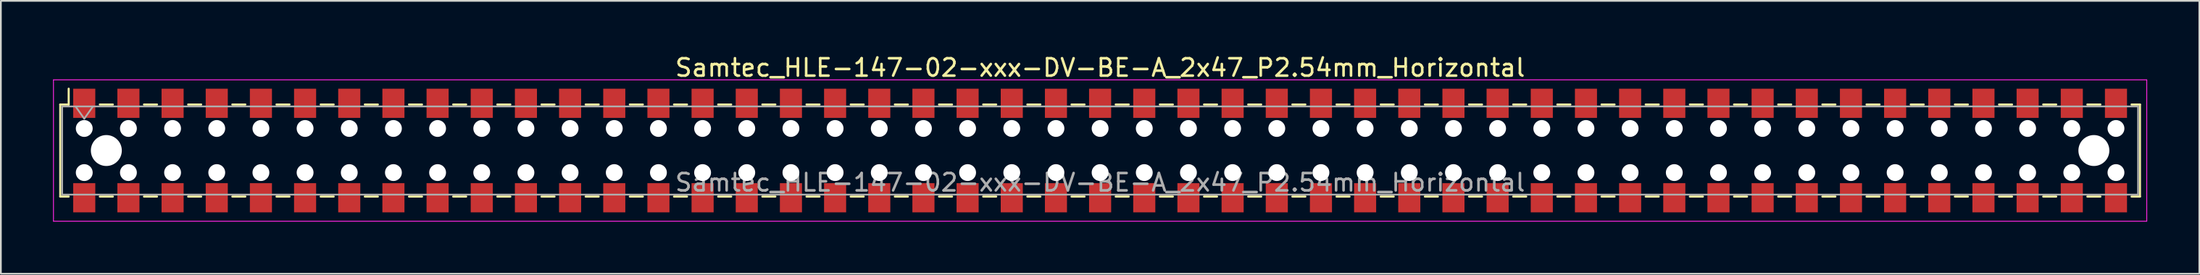
<source format=kicad_pcb>
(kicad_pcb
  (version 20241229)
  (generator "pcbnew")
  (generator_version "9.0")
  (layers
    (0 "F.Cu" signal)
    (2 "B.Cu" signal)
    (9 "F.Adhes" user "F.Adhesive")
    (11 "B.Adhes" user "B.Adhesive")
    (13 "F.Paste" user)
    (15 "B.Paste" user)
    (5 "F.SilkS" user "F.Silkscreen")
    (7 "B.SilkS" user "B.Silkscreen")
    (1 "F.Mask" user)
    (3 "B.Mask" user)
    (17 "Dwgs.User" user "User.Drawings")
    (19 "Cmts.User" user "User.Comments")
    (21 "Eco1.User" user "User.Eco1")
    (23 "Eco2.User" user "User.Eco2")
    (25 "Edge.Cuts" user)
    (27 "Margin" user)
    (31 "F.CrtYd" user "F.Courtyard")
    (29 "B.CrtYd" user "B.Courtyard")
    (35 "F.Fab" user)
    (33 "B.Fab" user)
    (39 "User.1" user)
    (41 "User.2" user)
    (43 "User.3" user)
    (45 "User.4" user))
  (footprint "Samtec_HLE-147-02-xxx-DV-BE-A_2x47_P2.54mm_Horizontal"
    (layer "F.Cu")
    (at 60.215 5.618)
    (property "Reference" "Samtec_HLE-147-02-xxx-DV-BE-A_2x47_P2.54mm_Horizontal" (at 0 -4.77 0) (layer "F.SilkS") (effects (font (size 1 1) (thickness 0.15))))
    (attr smd)
    (fp_line (start -59.8 -2.65) (end -59.8 2.65) (stroke (width 0.12) (type solid)) (layer "F.SilkS"))
    (fp_line (start -59.8 2.65) (end -59.315 2.65) (stroke (width 0.12) (type solid)) (layer "F.SilkS"))
    (fp_line (start -59.315 -3.56) (end -59.315 -2.65) (stroke (width 0.12) (type solid)) (layer "F.SilkS"))
    (fp_line (start -59.315 -2.65) (end -59.8 -2.65) (stroke (width 0.12) (type solid)) (layer "F.SilkS"))
    (fp_line (start -57.525 -2.65) (end -56.775 -2.65) (stroke (width 0.12) (type solid)) (layer "F.SilkS"))
    (fp_line (start -57.525 2.65) (end -56.775 2.65) (stroke (width 0.12) (type solid)) (layer "F.SilkS"))
    (fp_line (start -54.985 -2.65) (end -54.235 -2.65) (stroke (width 0.12) (type solid)) (layer "F.SilkS"))
    (fp_line (start -54.985 2.65) (end -54.235 2.65) (stroke (width 0.12) (type solid)) (layer "F.SilkS"))
    (fp_line (start -52.445 -2.65) (end -51.695 -2.65) (stroke (width 0.12) (type solid)) (layer "F.SilkS"))
    (fp_line (start -52.445 2.65) (end -51.695 2.65) (stroke (width 0.12) (type solid)) (layer "F.SilkS"))
    (fp_line (start -49.905 -2.65) (end -49.155 -2.65) (stroke (width 0.12) (type solid)) (layer "F.SilkS"))
    (fp_line (start -49.905 2.65) (end -49.155 2.65) (stroke (width 0.12) (type solid)) (layer "F.SilkS"))
    (fp_line (start -47.365 -2.65) (end -46.615 -2.65) (stroke (width 0.12) (type solid)) (layer "F.SilkS"))
    (fp_line (start -47.365 2.65) (end -46.615 2.65) (stroke (width 0.12) (type solid)) (layer "F.SilkS"))
    (fp_line (start -44.825 -2.65) (end -44.075 -2.65) (stroke (width 0.12) (type solid)) (layer "F.SilkS"))
    (fp_line (start -44.825 2.65) (end -44.075 2.65) (stroke (width 0.12) (type solid)) (layer "F.SilkS"))
    (fp_line (start -42.285 -2.65) (end -41.535 -2.65) (stroke (width 0.12) (type solid)) (layer "F.SilkS"))
    (fp_line (start -42.285 2.65) (end -41.535 2.65) (stroke (width 0.12) (type solid)) (layer "F.SilkS"))
    (fp_line (start -39.745 -2.65) (end -38.995 -2.65) (stroke (width 0.12) (type solid)) (layer "F.SilkS"))
    (fp_line (start -39.745 2.65) (end -38.995 2.65) (stroke (width 0.12) (type solid)) (layer "F.SilkS"))
    (fp_line (start -37.205 -2.65) (end -36.455 -2.65) (stroke (width 0.12) (type solid)) (layer "F.SilkS"))
    (fp_line (start -37.205 2.65) (end -36.455 2.65) (stroke (width 0.12) (type solid)) (layer "F.SilkS"))
    (fp_line (start -34.665 -2.65) (end -33.915 -2.65) (stroke (width 0.12) (type solid)) (layer "F.SilkS"))
    (fp_line (start -34.665 2.65) (end -33.915 2.65) (stroke (width 0.12) (type solid)) (layer "F.SilkS"))
    (fp_line (start -32.125 -2.65) (end -31.375 -2.65) (stroke (width 0.12) (type solid)) (layer "F.SilkS"))
    (fp_line (start -32.125 2.65) (end -31.375 2.65) (stroke (width 0.12) (type solid)) (layer "F.SilkS"))
    (fp_line (start -29.585 -2.65) (end -28.835 -2.65) (stroke (width 0.12) (type solid)) (layer "F.SilkS"))
    (fp_line (start -29.585 2.65) (end -28.835 2.65) (stroke (width 0.12) (type solid)) (layer "F.SilkS"))
    (fp_line (start -27.045 -2.65) (end -26.295 -2.65) (stroke (width 0.12) (type solid)) (layer "F.SilkS"))
    (fp_line (start -27.045 2.65) (end -26.295 2.65) (stroke (width 0.12) (type solid)) (layer "F.SilkS"))
    (fp_line (start -24.505 -2.65) (end -23.755 -2.65) (stroke (width 0.12) (type solid)) (layer "F.SilkS"))
    (fp_line (start -24.505 2.65) (end -23.755 2.65) (stroke (width 0.12) (type solid)) (layer "F.SilkS"))
    (fp_line (start -21.965 -2.65) (end -21.215 -2.65) (stroke (width 0.12) (type solid)) (layer "F.SilkS"))
    (fp_line (start -21.965 2.65) (end -21.215 2.65) (stroke (width 0.12) (type solid)) (layer "F.SilkS"))
    (fp_line (start -19.425 -2.65) (end -18.675 -2.65) (stroke (width 0.12) (type solid)) (layer "F.SilkS"))
    (fp_line (start -19.425 2.65) (end -18.675 2.65) (stroke (width 0.12) (type solid)) (layer "F.SilkS"))
    (fp_line (start -16.885 -2.65) (end -16.135 -2.65) (stroke (width 0.12) (type solid)) (layer "F.SilkS"))
    (fp_line (start -16.885 2.65) (end -16.135 2.65) (stroke (width 0.12) (type solid)) (layer "F.SilkS"))
    (fp_line (start -14.345 -2.65) (end -13.595 -2.65) (stroke (width 0.12) (type solid)) (layer "F.SilkS"))
    (fp_line (start -14.345 2.65) (end -13.595 2.65) (stroke (width 0.12) (type solid)) (layer "F.SilkS"))
    (fp_line (start -11.805 -2.65) (end -11.055 -2.65) (stroke (width 0.12) (type solid)) (layer "F.SilkS"))
    (fp_line (start -11.805 2.65) (end -11.055 2.65) (stroke (width 0.12) (type solid)) (layer "F.SilkS"))
    (fp_line (start -9.265 -2.65) (end -8.515 -2.65) (stroke (width 0.12) (type solid)) (layer "F.SilkS"))
    (fp_line (start -9.265 2.65) (end -8.515 2.65) (stroke (width 0.12) (type solid)) (layer "F.SilkS"))
    (fp_line (start -6.725 -2.65) (end -5.975 -2.65) (stroke (width 0.12) (type solid)) (layer "F.SilkS"))
    (fp_line (start -6.725 2.65) (end -5.975 2.65) (stroke (width 0.12) (type solid)) (layer "F.SilkS"))
    (fp_line (start -4.185 -2.65) (end -3.435 -2.65) (stroke (width 0.12) (type solid)) (layer "F.SilkS"))
    (fp_line (start -4.185 2.65) (end -3.435 2.65) (stroke (width 0.12) (type solid)) (layer "F.SilkS"))
    (fp_line (start -1.645 -2.65) (end -0.895 -2.65) (stroke (width 0.12) (type solid)) (layer "F.SilkS"))
    (fp_line (start -1.645 2.65) (end -0.895 2.65) (stroke (width 0.12) (type solid)) (layer "F.SilkS"))
    (fp_line (start 0.895 -2.65) (end 1.645 -2.65) (stroke (width 0.12) (type solid)) (layer "F.SilkS"))
    (fp_line (start 0.895 2.65) (end 1.645 2.65) (stroke (width 0.12) (type solid)) (layer "F.SilkS"))
    (fp_line (start 3.435 -2.65) (end 4.185 -2.65) (stroke (width 0.12) (type solid)) (layer "F.SilkS"))
    (fp_line (start 3.435 2.65) (end 4.185 2.65) (stroke (width 0.12) (type solid)) (layer "F.SilkS"))
    (fp_line (start 5.975 -2.65) (end 6.725 -2.65) (stroke (width 0.12) (type solid)) (layer "F.SilkS"))
    (fp_line (start 5.975 2.65) (end 6.725 2.65) (stroke (width 0.12) (type solid)) (layer "F.SilkS"))
    (fp_line (start 8.515 -2.65) (end 9.265 -2.65) (stroke (width 0.12) (type solid)) (layer "F.SilkS"))
    (fp_line (start 8.515 2.65) (end 9.265 2.65) (stroke (width 0.12) (type solid)) (layer "F.SilkS"))
    (fp_line (start 11.055 -2.65) (end 11.805 -2.65) (stroke (width 0.12) (type solid)) (layer "F.SilkS"))
    (fp_line (start 11.055 2.65) (end 11.805 2.65) (stroke (width 0.12) (type solid)) (layer "F.SilkS"))
    (fp_line (start 13.595 -2.65) (end 14.345 -2.65) (stroke (width 0.12) (type solid)) (layer "F.SilkS"))
    (fp_line (start 13.595 2.65) (end 14.345 2.65) (stroke (width 0.12) (type solid)) (layer "F.SilkS"))
    (fp_line (start 16.135 -2.65) (end 16.885 -2.65) (stroke (width 0.12) (type solid)) (layer "F.SilkS"))
    (fp_line (start 16.135 2.65) (end 16.885 2.65) (stroke (width 0.12) (type solid)) (layer "F.SilkS"))
    (fp_line (start 18.675 -2.65) (end 19.425 -2.65) (stroke (width 0.12) (type solid)) (layer "F.SilkS"))
    (fp_line (start 18.675 2.65) (end 19.425 2.65) (stroke (width 0.12) (type solid)) (layer "F.SilkS"))
    (fp_line (start 21.215 -2.65) (end 21.965 -2.65) (stroke (width 0.12) (type solid)) (layer "F.SilkS"))
    (fp_line (start 21.215 2.65) (end 21.965 2.65) (stroke (width 0.12) (type solid)) (layer "F.SilkS"))
    (fp_line (start 23.755 -2.65) (end 24.505 -2.65) (stroke (width 0.12) (type solid)) (layer "F.SilkS"))
    (fp_line (start 23.755 2.65) (end 24.505 2.65) (stroke (width 0.12) (type solid)) (layer "F.SilkS"))
    (fp_line (start 26.295 -2.65) (end 27.045 -2.65) (stroke (width 0.12) (type solid)) (layer "F.SilkS"))
    (fp_line (start 26.295 2.65) (end 27.045 2.65) (stroke (width 0.12) (type solid)) (layer "F.SilkS"))
    (fp_line (start 28.835 -2.65) (end 29.585 -2.65) (stroke (width 0.12) (type solid)) (layer "F.SilkS"))
    (fp_line (start 28.835 2.65) (end 29.585 2.65) (stroke (width 0.12) (type solid)) (layer "F.SilkS"))
    (fp_line (start 31.375 -2.65) (end 32.125 -2.65) (stroke (width 0.12) (type solid)) (layer "F.SilkS"))
    (fp_line (start 31.375 2.65) (end 32.125 2.65) (stroke (width 0.12) (type solid)) (layer "F.SilkS"))
    (fp_line (start 33.915 -2.65) (end 34.665 -2.65) (stroke (width 0.12) (type solid)) (layer "F.SilkS"))
    (fp_line (start 33.915 2.65) (end 34.665 2.65) (stroke (width 0.12) (type solid)) (layer "F.SilkS"))
    (fp_line (start 36.455 -2.65) (end 37.205 -2.65) (stroke (width 0.12) (type solid)) (layer "F.SilkS"))
    (fp_line (start 36.455 2.65) (end 37.205 2.65) (stroke (width 0.12) (type solid)) (layer "F.SilkS"))
    (fp_line (start 38.995 -2.65) (end 39.745 -2.65) (stroke (width 0.12) (type solid)) (layer "F.SilkS"))
    (fp_line (start 38.995 2.65) (end 39.745 2.65) (stroke (width 0.12) (type solid)) (layer "F.SilkS"))
    (fp_line (start 41.535 -2.65) (end 42.285 -2.65) (stroke (width 0.12) (type solid)) (layer "F.SilkS"))
    (fp_line (start 41.535 2.65) (end 42.285 2.65) (stroke (width 0.12) (type solid)) (layer "F.SilkS"))
    (fp_line (start 44.075 -2.65) (end 44.825 -2.65) (stroke (width 0.12) (type solid)) (layer "F.SilkS"))
    (fp_line (start 44.075 2.65) (end 44.825 2.65) (stroke (width 0.12) (type solid)) (layer "F.SilkS"))
    (fp_line (start 46.615 -2.65) (end 47.365 -2.65) (stroke (width 0.12) (type solid)) (layer "F.SilkS"))
    (fp_line (start 46.615 2.65) (end 47.365 2.65) (stroke (width 0.12) (type solid)) (layer "F.SilkS"))
    (fp_line (start 49.155 -2.65) (end 49.905 -2.65) (stroke (width 0.12) (type solid)) (layer "F.SilkS"))
    (fp_line (start 49.155 2.65) (end 49.905 2.65) (stroke (width 0.12) (type solid)) (layer "F.SilkS"))
    (fp_line (start 51.695 -2.65) (end 52.445 -2.65) (stroke (width 0.12) (type solid)) (layer "F.SilkS"))
    (fp_line (start 51.695 2.65) (end 52.445 2.65) (stroke (width 0.12) (type solid)) (layer "F.SilkS"))
    (fp_line (start 54.235 -2.65) (end 54.985 -2.65) (stroke (width 0.12) (type solid)) (layer "F.SilkS"))
    (fp_line (start 54.235 2.65) (end 54.985 2.65) (stroke (width 0.12) (type solid)) (layer "F.SilkS"))
    (fp_line (start 56.775 -2.65) (end 57.525 -2.65) (stroke (width 0.12) (type solid)) (layer "F.SilkS"))
    (fp_line (start 56.775 2.65) (end 57.525 2.65) (stroke (width 0.12) (type solid)) (layer "F.SilkS"))
    (fp_line (start 59.315 -2.65) (end 59.8 -2.65) (stroke (width 0.12) (type solid)) (layer "F.SilkS"))
    (fp_line (start 59.8 -2.65) (end 59.8 2.65) (stroke (width 0.12) (type solid)) (layer "F.SilkS"))
    (fp_line (start 59.8 2.65) (end 59.315 2.65) (stroke (width 0.12) (type solid)) (layer "F.SilkS"))
    (fp_line (start -60.19 -4.07) (end 60.19 -4.07) (stroke (width 0.05) (type solid)) (layer "F.CrtYd"))
    (fp_line (start -60.19 4.07) (end -60.19 -4.07) (stroke (width 0.05) (type solid)) (layer "F.CrtYd"))
    (fp_line (start 60.19 -4.07) (end 60.19 4.07) (stroke (width 0.05) (type solid)) (layer "F.CrtYd"))
    (fp_line (start 60.19 4.07) (end -60.19 4.07) (stroke (width 0.05) (type solid)) (layer "F.CrtYd"))
    (fp_line (start -59.69 -2.54) (end 59.69 -2.54) (stroke (width 0.1) (type solid)) (layer "F.Fab"))
    (fp_line (start -59.69 2.54) (end -59.69 -2.54) (stroke (width 0.1) (type solid)) (layer "F.Fab"))
    (fp_line (start -58.92 -2.54) (end -58.42 -1.833) (stroke (width 0.1) (type solid)) (layer "F.Fab"))
    (fp_line (start -58.42 -1.833) (end -57.92 -2.54) (stroke (width 0.1) (type solid)) (layer "F.Fab"))
    (fp_line (start 59.69 -2.54) (end 59.69 2.54) (stroke (width 0.1) (type solid)) (layer "F.Fab"))
    (fp_line (start 59.69 2.54) (end -59.69 2.54) (stroke (width 0.1) (type solid)) (layer "F.Fab"))
    (fp_text user "${REFERENCE}" (at 0 1.84 0) (layer "F.Fab") (effects (font (size 1 1) (thickness 0.15))))
    (pad "" np_thru_hole circle (at -58.42 -1.27) (size 0.97 0.97) (drill 0.97) (layers "*.Cu" "*.Mask"))
    (pad "" np_thru_hole circle (at -58.42 1.27) (size 0.97 0.97) (drill 0.97) (layers "*.Cu" "*.Mask"))
    (pad "" np_thru_hole circle (at -57.15 0) (size 1.78 1.78) (drill 1.78) (layers "*.Cu" "*.Mask"))
    (pad "" np_thru_hole circle (at -55.88 -1.27) (size 0.97 0.97) (drill 0.97) (layers "*.Cu" "*.Mask"))
    (pad "" np_thru_hole circle (at -55.88 1.27) (size 0.97 0.97) (drill 0.97) (layers "*.Cu" "*.Mask"))
    (pad "" np_thru_hole circle (at -53.34 -1.27) (size 0.97 0.97) (drill 0.97) (layers "*.Cu" "*.Mask"))
    (pad "" np_thru_hole circle (at -53.34 1.27) (size 0.97 0.97) (drill 0.97) (layers "*.Cu" "*.Mask"))
    (pad "" np_thru_hole circle (at -50.8 -1.27) (size 0.97 0.97) (drill 0.97) (layers "*.Cu" "*.Mask"))
    (pad "" np_thru_hole circle (at -50.8 1.27) (size 0.97 0.97) (drill 0.97) (layers "*.Cu" "*.Mask"))
    (pad "" np_thru_hole circle (at -48.26 -1.27) (size 0.97 0.97) (drill 0.97) (layers "*.Cu" "*.Mask"))
    (pad "" np_thru_hole circle (at -48.26 1.27) (size 0.97 0.97) (drill 0.97) (layers "*.Cu" "*.Mask"))
    (pad "" np_thru_hole circle (at -45.72 -1.27) (size 0.97 0.97) (drill 0.97) (layers "*.Cu" "*.Mask"))
    (pad "" np_thru_hole circle (at -45.72 1.27) (size 0.97 0.97) (drill 0.97) (layers "*.Cu" "*.Mask"))
    (pad "" np_thru_hole circle (at -43.18 -1.27) (size 0.97 0.97) (drill 0.97) (layers "*.Cu" "*.Mask"))
    (pad "" np_thru_hole circle (at -43.18 1.27) (size 0.97 0.97) (drill 0.97) (layers "*.Cu" "*.Mask"))
    (pad "" np_thru_hole circle (at -40.64 -1.27) (size 0.97 0.97) (drill 0.97) (layers "*.Cu" "*.Mask"))
    (pad "" np_thru_hole circle (at -40.64 1.27) (size 0.97 0.97) (drill 0.97) (layers "*.Cu" "*.Mask"))
    (pad "" np_thru_hole circle (at -38.1 -1.27) (size 0.97 0.97) (drill 0.97) (layers "*.Cu" "*.Mask"))
    (pad "" np_thru_hole circle (at -38.1 1.27) (size 0.97 0.97) (drill 0.97) (layers "*.Cu" "*.Mask"))
    (pad "" np_thru_hole circle (at -35.56 -1.27) (size 0.97 0.97) (drill 0.97) (layers "*.Cu" "*.Mask"))
    (pad "" np_thru_hole circle (at -35.56 1.27) (size 0.97 0.97) (drill 0.97) (layers "*.Cu" "*.Mask"))
    (pad "" np_thru_hole circle (at -33.02 -1.27) (size 0.97 0.97) (drill 0.97) (layers "*.Cu" "*.Mask"))
    (pad "" np_thru_hole circle (at -33.02 1.27) (size 0.97 0.97) (drill 0.97) (layers "*.Cu" "*.Mask"))
    (pad "" np_thru_hole circle (at -30.48 -1.27) (size 0.97 0.97) (drill 0.97) (layers "*.Cu" "*.Mask"))
    (pad "" np_thru_hole circle (at -30.48 1.27) (size 0.97 0.97) (drill 0.97) (layers "*.Cu" "*.Mask"))
    (pad "" np_thru_hole circle (at -27.94 -1.27) (size 0.97 0.97) (drill 0.97) (layers "*.Cu" "*.Mask"))
    (pad "" np_thru_hole circle (at -27.94 1.27) (size 0.97 0.97) (drill 0.97) (layers "*.Cu" "*.Mask"))
    (pad "" np_thru_hole circle (at -25.4 -1.27) (size 0.97 0.97) (drill 0.97) (layers "*.Cu" "*.Mask"))
    (pad "" np_thru_hole circle (at -25.4 1.27) (size 0.97 0.97) (drill 0.97) (layers "*.Cu" "*.Mask"))
    (pad "" np_thru_hole circle (at -22.86 -1.27) (size 0.97 0.97) (drill 0.97) (layers "*.Cu" "*.Mask"))
    (pad "" np_thru_hole circle (at -22.86 1.27) (size 0.97 0.97) (drill 0.97) (layers "*.Cu" "*.Mask"))
    (pad "" np_thru_hole circle (at -20.32 -1.27) (size 0.97 0.97) (drill 0.97) (layers "*.Cu" "*.Mask"))
    (pad "" np_thru_hole circle (at -20.32 1.27) (size 0.97 0.97) (drill 0.97) (layers "*.Cu" "*.Mask"))
    (pad "" np_thru_hole circle (at -17.78 -1.27) (size 0.97 0.97) (drill 0.97) (layers "*.Cu" "*.Mask"))
    (pad "" np_thru_hole circle (at -17.78 1.27) (size 0.97 0.97) (drill 0.97) (layers "*.Cu" "*.Mask"))
    (pad "" np_thru_hole circle (at -15.24 -1.27) (size 0.97 0.97) (drill 0.97) (layers "*.Cu" "*.Mask"))
    (pad "" np_thru_hole circle (at -15.24 1.27) (size 0.97 0.97) (drill 0.97) (layers "*.Cu" "*.Mask"))
    (pad "" np_thru_hole circle (at -12.7 -1.27) (size 0.97 0.97) (drill 0.97) (layers "*.Cu" "*.Mask"))
    (pad "" np_thru_hole circle (at -12.7 1.27) (size 0.97 0.97) (drill 0.97) (layers "*.Cu" "*.Mask"))
    (pad "" np_thru_hole circle (at -10.16 -1.27) (size 0.97 0.97) (drill 0.97) (layers "*.Cu" "*.Mask"))
    (pad "" np_thru_hole circle (at -10.16 1.27) (size 0.97 0.97) (drill 0.97) (layers "*.Cu" "*.Mask"))
    (pad "" np_thru_hole circle (at -7.62 -1.27) (size 0.97 0.97) (drill 0.97) (layers "*.Cu" "*.Mask"))
    (pad "" np_thru_hole circle (at -7.62 1.27) (size 0.97 0.97) (drill 0.97) (layers "*.Cu" "*.Mask"))
    (pad "" np_thru_hole circle (at -5.08 -1.27) (size 0.97 0.97) (drill 0.97) (layers "*.Cu" "*.Mask"))
    (pad "" np_thru_hole circle (at -5.08 1.27) (size 0.97 0.97) (drill 0.97) (layers "*.Cu" "*.Mask"))
    (pad "" np_thru_hole circle (at -2.54 -1.27) (size 0.97 0.97) (drill 0.97) (layers "*.Cu" "*.Mask"))
    (pad "" np_thru_hole circle (at -2.54 1.27) (size 0.97 0.97) (drill 0.97) (layers "*.Cu" "*.Mask"))
    (pad "" np_thru_hole circle (at 0 -1.27) (size 0.97 0.97) (drill 0.97) (layers "*.Cu" "*.Mask"))
    (pad "" np_thru_hole circle (at 0 1.27) (size 0.97 0.97) (drill 0.97) (layers "*.Cu" "*.Mask"))
    (pad "" np_thru_hole circle (at 2.54 -1.27) (size 0.97 0.97) (drill 0.97) (layers "*.Cu" "*.Mask"))
    (pad "" np_thru_hole circle (at 2.54 1.27) (size 0.97 0.97) (drill 0.97) (layers "*.Cu" "*.Mask"))
    (pad "" np_thru_hole circle (at 5.08 -1.27) (size 0.97 0.97) (drill 0.97) (layers "*.Cu" "*.Mask"))
    (pad "" np_thru_hole circle (at 5.08 1.27) (size 0.97 0.97) (drill 0.97) (layers "*.Cu" "*.Mask"))
    (pad "" np_thru_hole circle (at 7.62 -1.27) (size 0.97 0.97) (drill 0.97) (layers "*.Cu" "*.Mask"))
    (pad "" np_thru_hole circle (at 7.62 1.27) (size 0.97 0.97) (drill 0.97) (layers "*.Cu" "*.Mask"))
    (pad "" np_thru_hole circle (at 10.16 -1.27) (size 0.97 0.97) (drill 0.97) (layers "*.Cu" "*.Mask"))
    (pad "" np_thru_hole circle (at 10.16 1.27) (size 0.97 0.97) (drill 0.97) (layers "*.Cu" "*.Mask"))
    (pad "" np_thru_hole circle (at 12.7 -1.27) (size 0.97 0.97) (drill 0.97) (layers "*.Cu" "*.Mask"))
    (pad "" np_thru_hole circle (at 12.7 1.27) (size 0.97 0.97) (drill 0.97) (layers "*.Cu" "*.Mask"))
    (pad "" np_thru_hole circle (at 15.24 -1.27) (size 0.97 0.97) (drill 0.97) (layers "*.Cu" "*.Mask"))
    (pad "" np_thru_hole circle (at 15.24 1.27) (size 0.97 0.97) (drill 0.97) (layers "*.Cu" "*.Mask"))
    (pad "" np_thru_hole circle (at 17.78 -1.27) (size 0.97 0.97) (drill 0.97) (layers "*.Cu" "*.Mask"))
    (pad "" np_thru_hole circle (at 17.78 1.27) (size 0.97 0.97) (drill 0.97) (layers "*.Cu" "*.Mask"))
    (pad "" np_thru_hole circle (at 20.32 -1.27) (size 0.97 0.97) (drill 0.97) (layers "*.Cu" "*.Mask"))
    (pad "" np_thru_hole circle (at 20.32 1.27) (size 0.97 0.97) (drill 0.97) (layers "*.Cu" "*.Mask"))
    (pad "" np_thru_hole circle (at 22.86 -1.27) (size 0.97 0.97) (drill 0.97) (layers "*.Cu" "*.Mask"))
    (pad "" np_thru_hole circle (at 22.86 1.27) (size 0.97 0.97) (drill 0.97) (layers "*.Cu" "*.Mask"))
    (pad "" np_thru_hole circle (at 25.4 -1.27) (size 0.97 0.97) (drill 0.97) (layers "*.Cu" "*.Mask"))
    (pad "" np_thru_hole circle (at 25.4 1.27) (size 0.97 0.97) (drill 0.97) (layers "*.Cu" "*.Mask"))
    (pad "" np_thru_hole circle (at 27.94 -1.27) (size 0.97 0.97) (drill 0.97) (layers "*.Cu" "*.Mask"))
    (pad "" np_thru_hole circle (at 27.94 1.27) (size 0.97 0.97) (drill 0.97) (layers "*.Cu" "*.Mask"))
    (pad "" np_thru_hole circle (at 30.48 -1.27) (size 0.97 0.97) (drill 0.97) (layers "*.Cu" "*.Mask"))
    (pad "" np_thru_hole circle (at 30.48 1.27) (size 0.97 0.97) (drill 0.97) (layers "*.Cu" "*.Mask"))
    (pad "" np_thru_hole circle (at 33.02 -1.27) (size 0.97 0.97) (drill 0.97) (layers "*.Cu" "*.Mask"))
    (pad "" np_thru_hole circle (at 33.02 1.27) (size 0.97 0.97) (drill 0.97) (layers "*.Cu" "*.Mask"))
    (pad "" np_thru_hole circle (at 35.56 -1.27) (size 0.97 0.97) (drill 0.97) (layers "*.Cu" "*.Mask"))
    (pad "" np_thru_hole circle (at 35.56 1.27) (size 0.97 0.97) (drill 0.97) (layers "*.Cu" "*.Mask"))
    (pad "" np_thru_hole circle (at 38.1 -1.27) (size 0.97 0.97) (drill 0.97) (layers "*.Cu" "*.Mask"))
    (pad "" np_thru_hole circle (at 38.1 1.27) (size 0.97 0.97) (drill 0.97) (layers "*.Cu" "*.Mask"))
    (pad "" np_thru_hole circle (at 40.64 -1.27) (size 0.97 0.97) (drill 0.97) (layers "*.Cu" "*.Mask"))
    (pad "" np_thru_hole circle (at 40.64 1.27) (size 0.97 0.97) (drill 0.97) (layers "*.Cu" "*.Mask"))
    (pad "" np_thru_hole circle (at 43.18 -1.27) (size 0.97 0.97) (drill 0.97) (layers "*.Cu" "*.Mask"))
    (pad "" np_thru_hole circle (at 43.18 1.27) (size 0.97 0.97) (drill 0.97) (layers "*.Cu" "*.Mask"))
    (pad "" np_thru_hole circle (at 45.72 -1.27) (size 0.97 0.97) (drill 0.97) (layers "*.Cu" "*.Mask"))
    (pad "" np_thru_hole circle (at 45.72 1.27) (size 0.97 0.97) (drill 0.97) (layers "*.Cu" "*.Mask"))
    (pad "" np_thru_hole circle (at 48.26 -1.27) (size 0.97 0.97) (drill 0.97) (layers "*.Cu" "*.Mask"))
    (pad "" np_thru_hole circle (at 48.26 1.27) (size 0.97 0.97) (drill 0.97) (layers "*.Cu" "*.Mask"))
    (pad "" np_thru_hole circle (at 50.8 -1.27) (size 0.97 0.97) (drill 0.97) (layers "*.Cu" "*.Mask"))
    (pad "" np_thru_hole circle (at 50.8 1.27) (size 0.97 0.97) (drill 0.97) (layers "*.Cu" "*.Mask"))
    (pad "" np_thru_hole circle (at 53.34 -1.27) (size 0.97 0.97) (drill 0.97) (layers "*.Cu" "*.Mask"))
    (pad "" np_thru_hole circle (at 53.34 1.27) (size 0.97 0.97) (drill 0.97) (layers "*.Cu" "*.Mask"))
    (pad "" np_thru_hole circle (at 55.88 -1.27) (size 0.97 0.97) (drill 0.97) (layers "*.Cu" "*.Mask"))
    (pad "" np_thru_hole circle (at 55.88 1.27) (size 0.97 0.97) (drill 0.97) (layers "*.Cu" "*.Mask"))
    (pad "" np_thru_hole circle (at 57.15 0) (size 1.78 1.78) (drill 1.78) (layers "*.Cu" "*.Mask"))
    (pad "" np_thru_hole circle (at 58.42 -1.27) (size 0.97 0.97) (drill 0.97) (layers "*.Cu" "*.Mask"))
    (pad "" np_thru_hole circle (at 58.42 1.27) (size 0.97 0.97) (drill 0.97) (layers "*.Cu" "*.Mask"))
    (pad "1" smd rect (at -58.42 -2.72) (size 1.27 1.68) (layers "F.Cu" "F.Mask" "F.Paste"))
    (pad "2" smd rect (at -58.42 2.72) (size 1.27 1.68) (layers "F.Cu" "F.Mask" "F.Paste"))
    (pad "3" smd rect (at -55.88 -2.72) (size 1.27 1.68) (layers "F.Cu" "F.Mask" "F.Paste"))
    (pad "4" smd rect (at -55.88 2.72) (size 1.27 1.68) (layers "F.Cu" "F.Mask" "F.Paste"))
    (pad "5" smd rect (at -53.34 -2.72) (size 1.27 1.68) (layers "F.Cu" "F.Mask" "F.Paste"))
    (pad "6" smd rect (at -53.34 2.72) (size 1.27 1.68) (layers "F.Cu" "F.Mask" "F.Paste"))
    (pad "7" smd rect (at -50.8 -2.72) (size 1.27 1.68) (layers "F.Cu" "F.Mask" "F.Paste"))
    (pad "8" smd rect (at -50.8 2.72) (size 1.27 1.68) (layers "F.Cu" "F.Mask" "F.Paste"))
    (pad "9" smd rect (at -48.26 -2.72) (size 1.27 1.68) (layers "F.Cu" "F.Mask" "F.Paste"))
    (pad "10" smd rect (at -48.26 2.72) (size 1.27 1.68) (layers "F.Cu" "F.Mask" "F.Paste"))
    (pad "11" smd rect (at -45.72 -2.72) (size 1.27 1.68) (layers "F.Cu" "F.Mask" "F.Paste"))
    (pad "12" smd rect (at -45.72 2.72) (size 1.27 1.68) (layers "F.Cu" "F.Mask" "F.Paste"))
    (pad "13" smd rect (at -43.18 -2.72) (size 1.27 1.68) (layers "F.Cu" "F.Mask" "F.Paste"))
    (pad "14" smd rect (at -43.18 2.72) (size 1.27 1.68) (layers "F.Cu" "F.Mask" "F.Paste"))
    (pad "15" smd rect (at -40.64 -2.72) (size 1.27 1.68) (layers "F.Cu" "F.Mask" "F.Paste"))
    (pad "16" smd rect (at -40.64 2.72) (size 1.27 1.68) (layers "F.Cu" "F.Mask" "F.Paste"))
    (pad "17" smd rect (at -38.1 -2.72) (size 1.27 1.68) (layers "F.Cu" "F.Mask" "F.Paste"))
    (pad "18" smd rect (at -38.1 2.72) (size 1.27 1.68) (layers "F.Cu" "F.Mask" "F.Paste"))
    (pad "19" smd rect (at -35.56 -2.72) (size 1.27 1.68) (layers "F.Cu" "F.Mask" "F.Paste"))
    (pad "20" smd rect (at -35.56 2.72) (size 1.27 1.68) (layers "F.Cu" "F.Mask" "F.Paste"))
    (pad "21" smd rect (at -33.02 -2.72) (size 1.27 1.68) (layers "F.Cu" "F.Mask" "F.Paste"))
    (pad "22" smd rect (at -33.02 2.72) (size 1.27 1.68) (layers "F.Cu" "F.Mask" "F.Paste"))
    (pad "23" smd rect (at -30.48 -2.72) (size 1.27 1.68) (layers "F.Cu" "F.Mask" "F.Paste"))
    (pad "24" smd rect (at -30.48 2.72) (size 1.27 1.68) (layers "F.Cu" "F.Mask" "F.Paste"))
    (pad "25" smd rect (at -27.94 -2.72) (size 1.27 1.68) (layers "F.Cu" "F.Mask" "F.Paste"))
    (pad "26" smd rect (at -27.94 2.72) (size 1.27 1.68) (layers "F.Cu" "F.Mask" "F.Paste"))
    (pad "27" smd rect (at -25.4 -2.72) (size 1.27 1.68) (layers "F.Cu" "F.Mask" "F.Paste"))
    (pad "28" smd rect (at -25.4 2.72) (size 1.27 1.68) (layers "F.Cu" "F.Mask" "F.Paste"))
    (pad "29" smd rect (at -22.86 -2.72) (size 1.27 1.68) (layers "F.Cu" "F.Mask" "F.Paste"))
    (pad "30" smd rect (at -22.86 2.72) (size 1.27 1.68) (layers "F.Cu" "F.Mask" "F.Paste"))
    (pad "31" smd rect (at -20.32 -2.72) (size 1.27 1.68) (layers "F.Cu" "F.Mask" "F.Paste"))
    (pad "32" smd rect (at -20.32 2.72) (size 1.27 1.68) (layers "F.Cu" "F.Mask" "F.Paste"))
    (pad "33" smd rect (at -17.78 -2.72) (size 1.27 1.68) (layers "F.Cu" "F.Mask" "F.Paste"))
    (pad "34" smd rect (at -17.78 2.72) (size 1.27 1.68) (layers "F.Cu" "F.Mask" "F.Paste"))
    (pad "35" smd rect (at -15.24 -2.72) (size 1.27 1.68) (layers "F.Cu" "F.Mask" "F.Paste"))
    (pad "36" smd rect (at -15.24 2.72) (size 1.27 1.68) (layers "F.Cu" "F.Mask" "F.Paste"))
    (pad "37" smd rect (at -12.7 -2.72) (size 1.27 1.68) (layers "F.Cu" "F.Mask" "F.Paste"))
    (pad "38" smd rect (at -12.7 2.72) (size 1.27 1.68) (layers "F.Cu" "F.Mask" "F.Paste"))
    (pad "39" smd rect (at -10.16 -2.72) (size 1.27 1.68) (layers "F.Cu" "F.Mask" "F.Paste"))
    (pad "40" smd rect (at -10.16 2.72) (size 1.27 1.68) (layers "F.Cu" "F.Mask" "F.Paste"))
    (pad "41" smd rect (at -7.62 -2.72) (size 1.27 1.68) (layers "F.Cu" "F.Mask" "F.Paste"))
    (pad "42" smd rect (at -7.62 2.72) (size 1.27 1.68) (layers "F.Cu" "F.Mask" "F.Paste"))
    (pad "43" smd rect (at -5.08 -2.72) (size 1.27 1.68) (layers "F.Cu" "F.Mask" "F.Paste"))
    (pad "44" smd rect (at -5.08 2.72) (size 1.27 1.68) (layers "F.Cu" "F.Mask" "F.Paste"))
    (pad "45" smd rect (at -2.54 -2.72) (size 1.27 1.68) (layers "F.Cu" "F.Mask" "F.Paste"))
    (pad "46" smd rect (at -2.54 2.72) (size 1.27 1.68) (layers "F.Cu" "F.Mask" "F.Paste"))
    (pad "47" smd rect (at 0 -2.72) (size 1.27 1.68) (layers "F.Cu" "F.Mask" "F.Paste"))
    (pad "48" smd rect (at 0 2.72) (size 1.27 1.68) (layers "F.Cu" "F.Mask" "F.Paste"))
    (pad "49" smd rect (at 2.54 -2.72) (size 1.27 1.68) (layers "F.Cu" "F.Mask" "F.Paste"))
    (pad "50" smd rect (at 2.54 2.72) (size 1.27 1.68) (layers "F.Cu" "F.Mask" "F.Paste"))
    (pad "51" smd rect (at 5.08 -2.72) (size 1.27 1.68) (layers "F.Cu" "F.Mask" "F.Paste"))
    (pad "52" smd rect (at 5.08 2.72) (size 1.27 1.68) (layers "F.Cu" "F.Mask" "F.Paste"))
    (pad "53" smd rect (at 7.62 -2.72) (size 1.27 1.68) (layers "F.Cu" "F.Mask" "F.Paste"))
    (pad "54" smd rect (at 7.62 2.72) (size 1.27 1.68) (layers "F.Cu" "F.Mask" "F.Paste"))
    (pad "55" smd rect (at 10.16 -2.72) (size 1.27 1.68) (layers "F.Cu" "F.Mask" "F.Paste"))
    (pad "56" smd rect (at 10.16 2.72) (size 1.27 1.68) (layers "F.Cu" "F.Mask" "F.Paste"))
    (pad "57" smd rect (at 12.7 -2.72) (size 1.27 1.68) (layers "F.Cu" "F.Mask" "F.Paste"))
    (pad "58" smd rect (at 12.7 2.72) (size 1.27 1.68) (layers "F.Cu" "F.Mask" "F.Paste"))
    (pad "59" smd rect (at 15.24 -2.72) (size 1.27 1.68) (layers "F.Cu" "F.Mask" "F.Paste"))
    (pad "60" smd rect (at 15.24 2.72) (size 1.27 1.68) (layers "F.Cu" "F.Mask" "F.Paste"))
    (pad "61" smd rect (at 17.78 -2.72) (size 1.27 1.68) (layers "F.Cu" "F.Mask" "F.Paste"))
    (pad "62" smd rect (at 17.78 2.72) (size 1.27 1.68) (layers "F.Cu" "F.Mask" "F.Paste"))
    (pad "63" smd rect (at 20.32 -2.72) (size 1.27 1.68) (layers "F.Cu" "F.Mask" "F.Paste"))
    (pad "64" smd rect (at 20.32 2.72) (size 1.27 1.68) (layers "F.Cu" "F.Mask" "F.Paste"))
    (pad "65" smd rect (at 22.86 -2.72) (size 1.27 1.68) (layers "F.Cu" "F.Mask" "F.Paste"))
    (pad "66" smd rect (at 22.86 2.72) (size 1.27 1.68) (layers "F.Cu" "F.Mask" "F.Paste"))
    (pad "67" smd rect (at 25.4 -2.72) (size 1.27 1.68) (layers "F.Cu" "F.Mask" "F.Paste"))
    (pad "68" smd rect (at 25.4 2.72) (size 1.27 1.68) (layers "F.Cu" "F.Mask" "F.Paste"))
    (pad "69" smd rect (at 27.94 -2.72) (size 1.27 1.68) (layers "F.Cu" "F.Mask" "F.Paste"))
    (pad "70" smd rect (at 27.94 2.72) (size 1.27 1.68) (layers "F.Cu" "F.Mask" "F.Paste"))
    (pad "71" smd rect (at 30.48 -2.72) (size 1.27 1.68) (layers "F.Cu" "F.Mask" "F.Paste"))
    (pad "72" smd rect (at 30.48 2.72) (size 1.27 1.68) (layers "F.Cu" "F.Mask" "F.Paste"))
    (pad "73" smd rect (at 33.02 -2.72) (size 1.27 1.68) (layers "F.Cu" "F.Mask" "F.Paste"))
    (pad "74" smd rect (at 33.02 2.72) (size 1.27 1.68) (layers "F.Cu" "F.Mask" "F.Paste"))
    (pad "75" smd rect (at 35.56 -2.72) (size 1.27 1.68) (layers "F.Cu" "F.Mask" "F.Paste"))
    (pad "76" smd rect (at 35.56 2.72) (size 1.27 1.68) (layers "F.Cu" "F.Mask" "F.Paste"))
    (pad "77" smd rect (at 38.1 -2.72) (size 1.27 1.68) (layers "F.Cu" "F.Mask" "F.Paste"))
    (pad "78" smd rect (at 38.1 2.72) (size 1.27 1.68) (layers "F.Cu" "F.Mask" "F.Paste"))
    (pad "79" smd rect (at 40.64 -2.72) (size 1.27 1.68) (layers "F.Cu" "F.Mask" "F.Paste"))
    (pad "80" smd rect (at 40.64 2.72) (size 1.27 1.68) (layers "F.Cu" "F.Mask" "F.Paste"))
    (pad "81" smd rect (at 43.18 -2.72) (size 1.27 1.68) (layers "F.Cu" "F.Mask" "F.Paste"))
    (pad "82" smd rect (at 43.18 2.72) (size 1.27 1.68) (layers "F.Cu" "F.Mask" "F.Paste"))
    (pad "83" smd rect (at 45.72 -2.72) (size 1.27 1.68) (layers "F.Cu" "F.Mask" "F.Paste"))
    (pad "84" smd rect (at 45.72 2.72) (size 1.27 1.68) (layers "F.Cu" "F.Mask" "F.Paste"))
    (pad "85" smd rect (at 48.26 -2.72) (size 1.27 1.68) (layers "F.Cu" "F.Mask" "F.Paste"))
    (pad "86" smd rect (at 48.26 2.72) (size 1.27 1.68) (layers "F.Cu" "F.Mask" "F.Paste"))
    (pad "87" smd rect (at 50.8 -2.72) (size 1.27 1.68) (layers "F.Cu" "F.Mask" "F.Paste"))
    (pad "88" smd rect (at 50.8 2.72) (size 1.27 1.68) (layers "F.Cu" "F.Mask" "F.Paste"))
    (pad "89" smd rect (at 53.34 -2.72) (size 1.27 1.68) (layers "F.Cu" "F.Mask" "F.Paste"))
    (pad "90" smd rect (at 53.34 2.72) (size 1.27 1.68) (layers "F.Cu" "F.Mask" "F.Paste"))
    (pad "91" smd rect (at 55.88 -2.72) (size 1.27 1.68) (layers "F.Cu" "F.Mask" "F.Paste"))
    (pad "92" smd rect (at 55.88 2.72) (size 1.27 1.68) (layers "F.Cu" "F.Mask" "F.Paste"))
    (pad "93" smd rect (at 58.42 -2.72) (size 1.27 1.68) (layers "F.Cu" "F.Mask" "F.Paste"))
    (pad "94" smd rect (at 58.42 2.72) (size 1.27 1.68) (layers "F.Cu" "F.Mask" "F.Paste")))
  (gr_rect
    (start -3 -3)
    (end 123.43 12.713)
    (stroke (width 0.1) (type default))
    (fill no)
    (layer "Edge.Cuts")))
</source>
